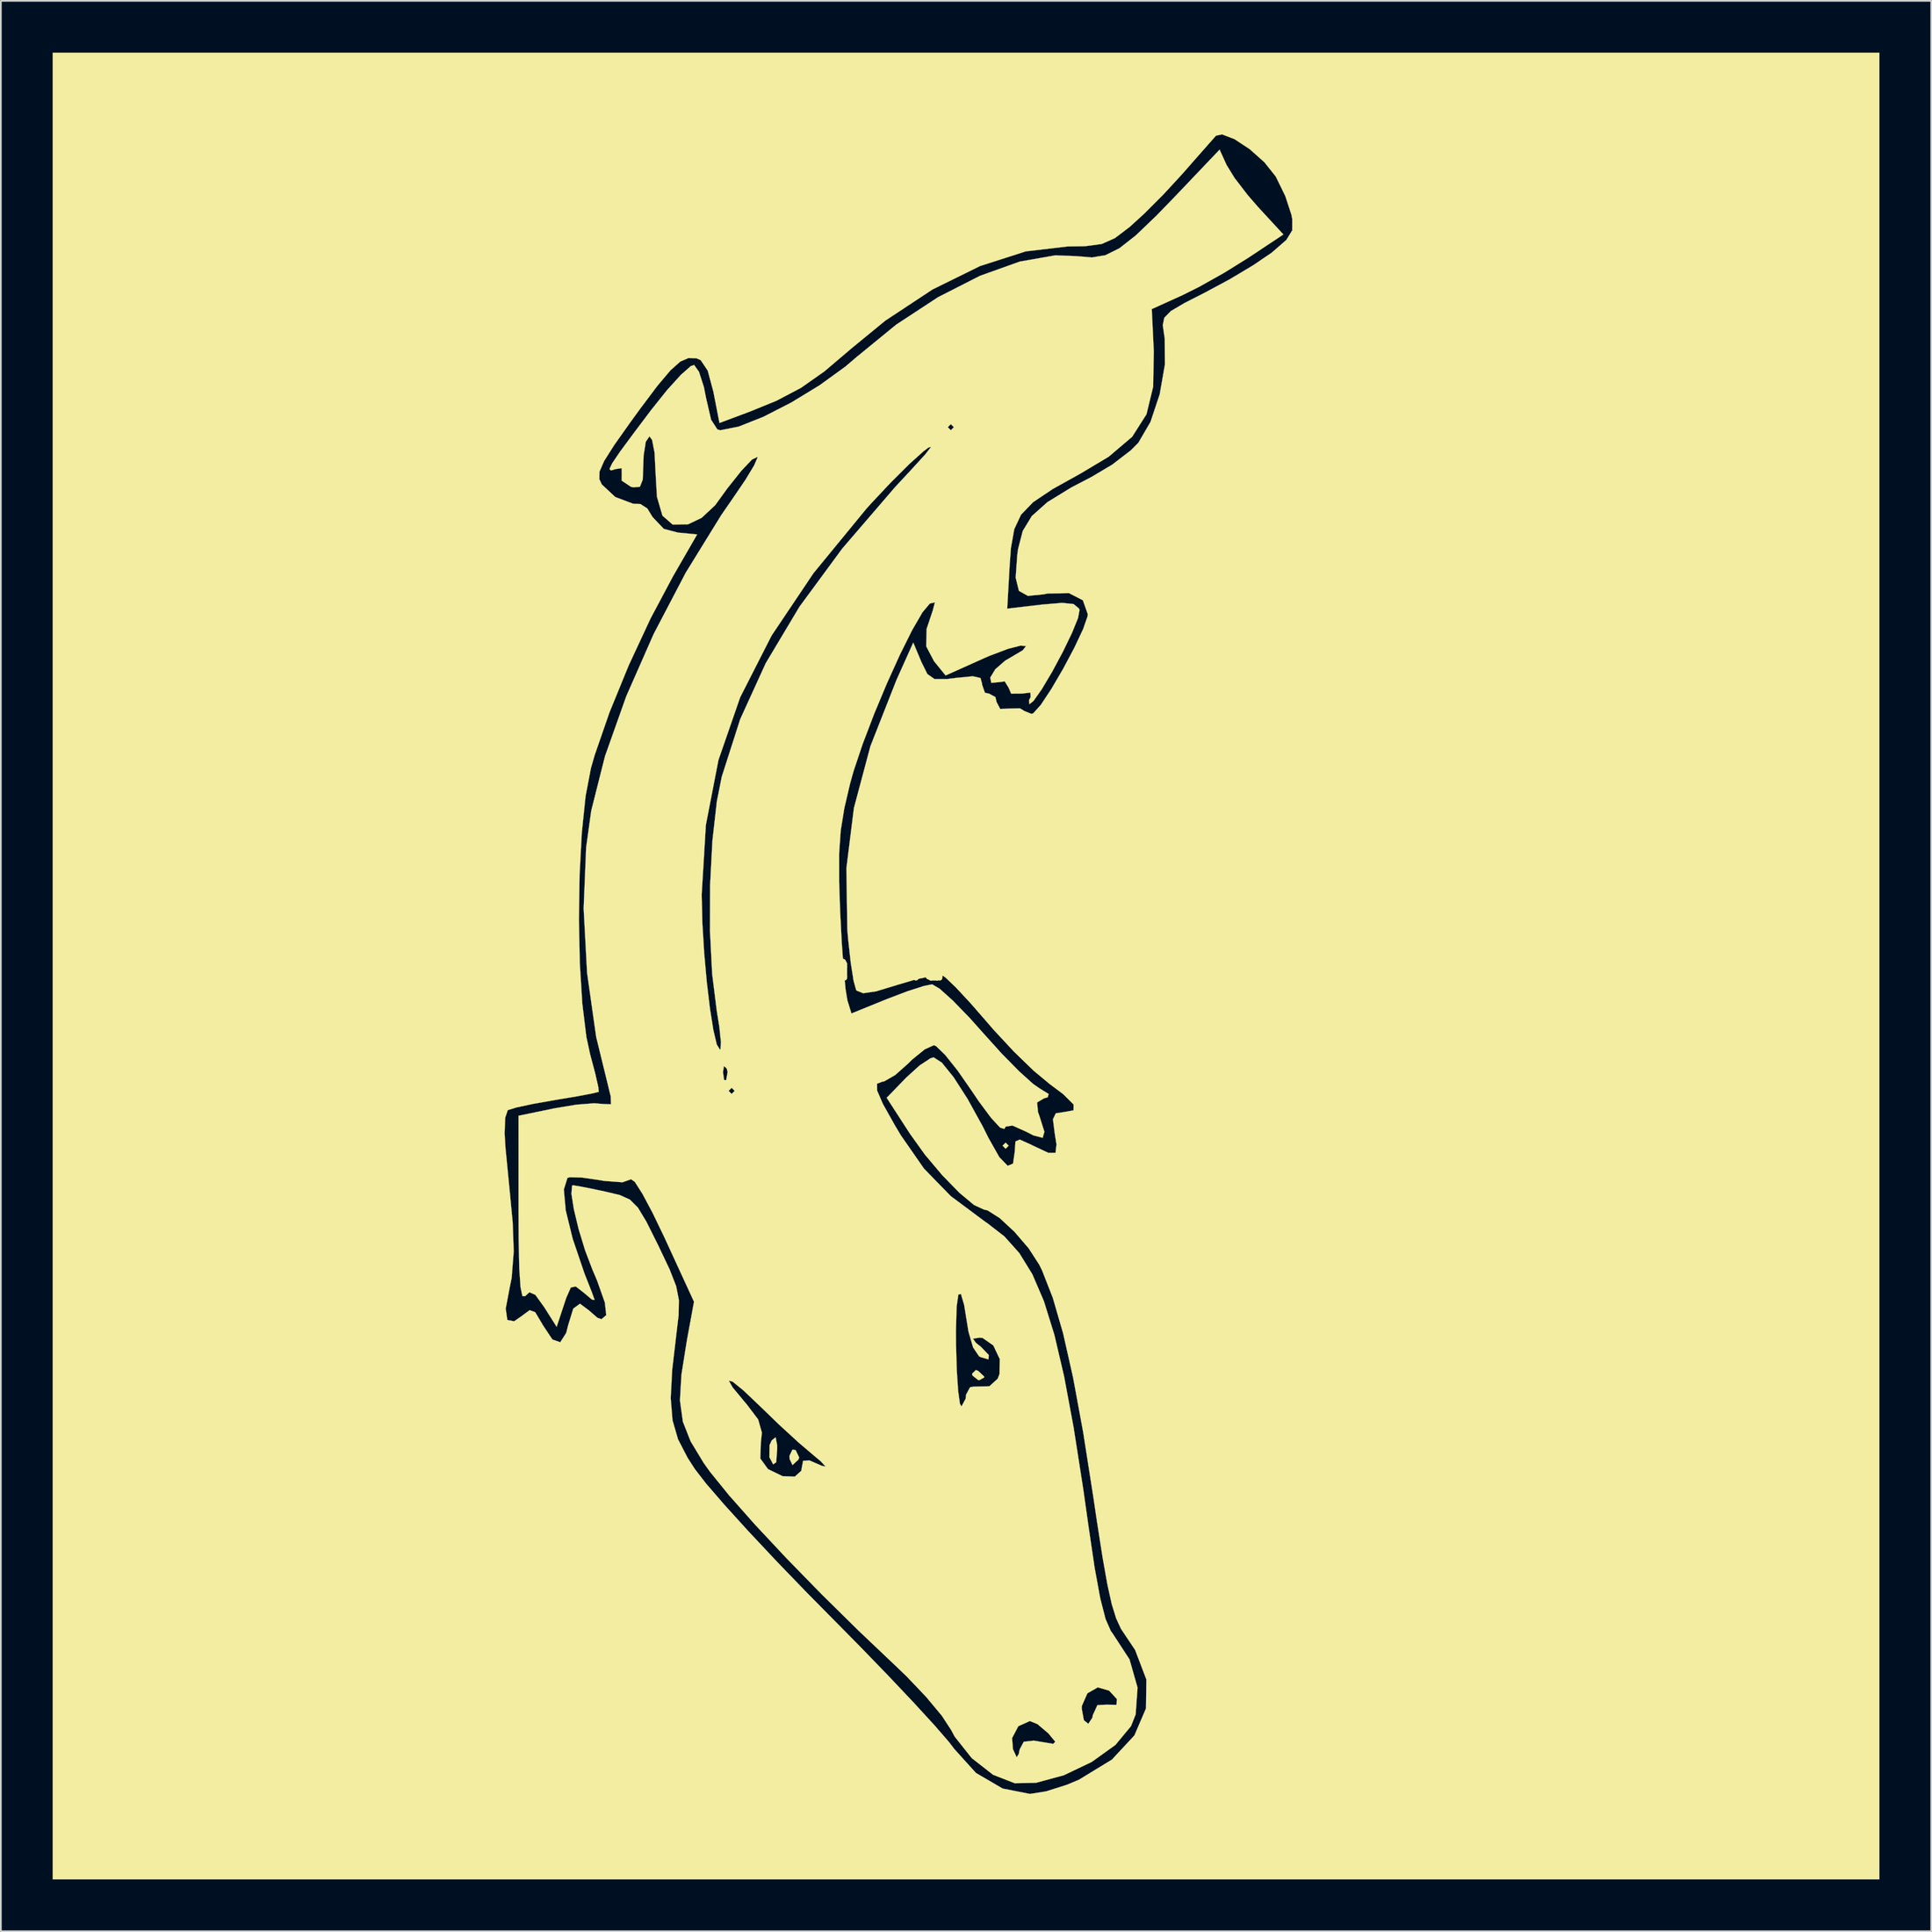
<source format=kicad_pcb>
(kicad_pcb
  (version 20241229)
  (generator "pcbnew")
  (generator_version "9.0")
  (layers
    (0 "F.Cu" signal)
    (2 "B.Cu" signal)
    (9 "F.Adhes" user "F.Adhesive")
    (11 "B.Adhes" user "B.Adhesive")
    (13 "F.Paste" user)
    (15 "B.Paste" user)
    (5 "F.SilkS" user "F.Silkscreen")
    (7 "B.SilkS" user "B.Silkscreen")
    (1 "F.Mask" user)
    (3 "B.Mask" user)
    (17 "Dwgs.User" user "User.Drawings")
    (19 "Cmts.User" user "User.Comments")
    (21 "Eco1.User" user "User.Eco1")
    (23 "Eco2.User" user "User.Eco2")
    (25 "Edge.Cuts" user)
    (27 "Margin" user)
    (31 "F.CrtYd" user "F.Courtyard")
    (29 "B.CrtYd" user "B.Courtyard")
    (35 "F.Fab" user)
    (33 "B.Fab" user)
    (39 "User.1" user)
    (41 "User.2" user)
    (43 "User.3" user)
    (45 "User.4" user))
  (footprint "bananacocodrilo"
    (layer "F.Cu")
    (at 52.922 52.922)
    (property "Reference" "bananacocodrilo" (at 0 0 0) (layer "F.SilkS") (effects (font (size 1.524 1.524) (thickness 0.3))))
    (attr through_hole)
    (fp_poly (pts (xy 2.469 10.407) (xy 2.293 10.583) (xy 2.117 10.407) (xy 2.293 10.231) (xy 2.469 10.407)) (stroke (width 0.01) (type solid)) (fill yes) (layer "F.SilkS"))
    (fp_poly (pts (xy -9.872 28.049) (xy -9.669 28.472) (xy -9.716 28.599) (xy -10.057 28.912) (xy -10.224 28.556) (xy -10.231 28.378) (xy -10.057 28.014) (xy -9.872 28.049)) (stroke (width 0.01) (type solid)) (fill yes) (layer "F.SilkS"))
    (fp_poly (pts (xy -10.945 27.76) (xy -10.942 27.958) (xy -10.999 28.747) (xy -11.174 28.872) (xy -11.395 28.455) (xy -11.385 27.763) (xy -11.262 27.485) (xy -11.034 27.302) (xy -10.945 27.76)) (stroke (width 0.01) (type solid)) (fill yes) (layer "F.SilkS"))
    (fp_poly (pts (xy 0.706 23.46) (xy 1.042 23.777) (xy 1.058 23.833) (xy 0.785 23.985) (xy 0.706 23.989) (xy 0.366 23.718) (xy 0.353 23.615) (xy 0.569 23.405) (xy 0.706 23.46)) (stroke (width 0.01) (type solid)) (fill yes) (layer "F.SilkS"))
    (fp_poly (pts (xy 52.917 52.917) (xy -52.917 52.917) (xy -52.917 9.692) (xy -26.736 9.692) (xy -26.685 10.537) (xy -26.539 12.03) (xy -26.372 13.759) (xy -26.268 14.846) (xy -26.207 16.532) (xy -26.327 18.065) (xy -26.445 18.646) (xy -26.672 19.848) (xy -26.578 20.506) (xy -26.182 20.582) (xy -25.743 20.276) (xy -25.285 19.937) (xy -24.962 20.057) (xy -24.564 20.724) (xy -24.534 20.782) (xy -23.967 21.637) (xy -23.511 21.796) (xy -23.167 21.258) (xy -23.053 20.807) (xy -22.756 19.845) (xy -22.369 19.565) (xy -21.869 19.936) (xy -21.361 20.377) (xy -21.123 20.461) (xy -20.846 20.226) (xy -20.928 19.493) (xy -21.378 18.221) (xy -21.644 17.595) (xy -22.07 16.478) (xy -22.443 15.254) (xy -22.721 14.101) (xy -22.864 13.199) (xy -22.828 12.73) (xy -22.776 12.7) (xy -22.365 12.768) (xy -21.499 12.941) (xy -20.894 13.069) (xy -20.059 13.269) (xy -19.477 13.532) (xy -19.011 13.998) (xy -18.523 14.808) (xy -17.876 16.103) (xy -17.824 16.209) (xy -17.174 17.578) (xy -16.795 18.55) (xy -16.638 19.356) (xy -16.654 20.227) (xy -16.772 21.22) (xy -17.026 23.388) (xy -17.112 25.033) (xy -17.007 26.321) (xy -16.688 27.418) (xy -16.133 28.493) (xy -15.709 29.15) (xy -15.066 29.981) (xy -14.006 31.209) (xy -12.619 32.738) (xy -10.993 34.471) (xy -9.216 36.313) (xy -7.948 37.597) (xy -6.157 39.411) (xy -4.486 41.139) (xy -3.017 42.694) (xy -1.829 43.99) (xy -1.004 44.941) (xy -0.67 45.376) (xy 0.574 46.752) (xy 2.119 47.654) (xy 3.704 47.966) (xy 4.632 47.819) (xy 5.839 47.437) (xy 6.541 47.143) (xy 8.451 45.977) (xy 9.753 44.578) (xy 10.426 43.01) (xy 10.448 41.337) (xy 9.796 39.625) (xy 9.309 38.899) (xy 8.977 38.401) (xy 8.697 37.795) (xy 8.442 36.974) (xy 8.189 35.832) (xy 7.91 34.26) (xy 7.581 32.153) (xy 7.38 30.796) (xy 6.784 26.999) (xy 6.203 23.846) (xy 5.623 21.276) (xy 5.029 19.228) (xy 4.407 17.641) (xy 4.243 17.305) (xy 3.629 16.356) (xy 2.807 15.398) (xy 1.955 14.606) (xy 1.246 14.156) (xy 1.044 14.111) (xy 0.464 13.845) (xy -0.388 13.135) (xy -1.381 12.116) (xy -2.384 10.924) (xy -3.244 9.725) (xy -4.599 7.632) (xy -3.465 6.462) (xy -2.692 5.759) (xy -2.055 5.341) (xy -1.875 5.292) (xy -1.404 5.596) (xy -0.724 6.436) (xy 0.089 7.701) (xy 0.96 9.279) (xy 1.303 9.966) (xy 1.929 11.075) (xy 2.414 11.574) (xy 2.723 11.445) (xy 2.822 10.751) (xy 2.861 10.165) (xy 3.11 10.053) (xy 3.764 10.347) (xy 3.863 10.398) (xy 4.766 10.822) (xy 5.184 10.822) (xy 5.24 10.33) (xy 5.139 9.701) (xy 5.035 8.875) (xy 5.201 8.53) (xy 5.628 8.467) (xy 6.227 8.36) (xy 6.23 8.019) (xy 5.623 7.417) (xy 4.851 6.839) (xy 3.924 6.071) (xy 2.768 4.951) (xy 1.589 3.683) (xy 1.235 3.272) (xy 0.256 2.148) (xy -0.593 1.236) (xy -1.185 0.671) (xy -1.343 0.561) (xy -1.899 0.562) (xy -2.889 0.767) (xy -3.955 1.083) (xy -5.215 1.466) (xy -5.964 1.574) (xy -6.338 1.423) (xy -6.371 1.377) (xy -6.518 0.847) (xy -6.681 -0.197) (xy -6.832 -1.563) (xy -6.879 -2.115) (xy -6.932 -5.667) (xy -6.497 -9.156) (xy -5.542 -12.736) (xy -4.037 -16.561) (xy -4.015 -16.61) (xy -3.059 -18.741) (xy -2.585 -17.613) (xy -2.242 -16.919) (xy -1.83 -16.63) (xy -1.096 -16.63) (xy -0.567 -16.697) (xy 0.395 -16.79) (xy 0.838 -16.687) (xy 0.932 -16.345) (xy 0.929 -16.304) (xy 1.092 -15.836) (xy 1.323 -15.787) (xy 1.702 -15.584) (xy 1.764 -15.305) (xy 1.98 -14.894) (xy 2.469 -14.919) (xy 3.127 -14.932) (xy 3.375 -14.778) (xy 3.797 -14.608) (xy 3.9 -14.652) (xy 4.327 -15.126) (xy 4.938 -16.047) (xy 5.623 -17.218) (xy 6.274 -18.442) (xy 6.783 -19.524) (xy 7.042 -20.266) (xy 7.056 -20.381) (xy 6.767 -21.194) (xy 5.958 -21.608) (xy 4.719 -21.584) (xy 4.486 -21.537) (xy 3.583 -21.447) (xy 3.063 -21.739) (xy 2.875 -22.503) (xy 2.969 -23.828) (xy 3.018 -24.175) (xy 3.285 -25.21) (xy 3.811 -26.074) (xy 4.71 -26.876) (xy 6.092 -27.726) (xy 7.274 -28.342) (xy 8.476 -29.057) (xy 9.55 -29.883) (xy 9.982 -30.318) (xy 10.684 -31.521) (xy 11.22 -33.128) (xy 11.52 -34.841) (xy 11.512 -36.365) (xy 11.484 -36.537) (xy 11.398 -37.133) (xy 11.487 -37.563) (xy 11.868 -37.95) (xy 12.657 -38.416) (xy 13.833 -39.016) (xy 15.265 -39.784) (xy 16.637 -40.604) (xy 17.673 -41.308) (xy 17.745 -41.364) (xy 18.556 -42.067) (xy 18.9 -42.626) (xy 18.9 -43.281) (xy 18.854 -43.524) (xy 18.498 -44.61) (xy 17.958 -45.718) (xy 17.936 -45.755) (xy 17.285 -46.573) (xy 16.431 -47.332) (xy 15.553 -47.911) (xy 14.829 -48.187) (xy 14.482 -48.111) (xy 14.122 -47.706) (xy 13.44 -46.932) (xy 12.578 -45.95) (xy 12.512 -45.875) (xy 11.432 -44.703) (xy 10.299 -43.57) (xy 9.468 -42.815) (xy 8.625 -42.176) (xy 7.862 -41.837) (xy 6.894 -41.707) (xy 5.882 -41.693) (xy 3.456 -41.407) (xy 0.809 -40.557) (xy -1.943 -39.201) (xy -4.681 -37.393) (xy -6.646 -35.781) (xy -8.207 -34.455) (xy -9.567 -33.499) (xy -10.989 -32.751) (xy -12.524 -32.126) (xy -14.287 -31.466) (xy -14.64 -33.281) (xy -14.965 -34.493) (xy -15.371 -35.103) (xy -15.627 -35.216) (xy -16.088 -35.227) (xy -16.558 -35.022) (xy -17.126 -34.516) (xy -17.876 -33.627) (xy -18.896 -32.271) (xy -19.433 -31.531) (xy -20.389 -30.18) (xy -20.971 -29.26) (xy -21.238 -28.645) (xy -21.247 -28.211) (xy -21.109 -27.908) (xy -20.326 -27.177) (xy -19.285 -26.784) (xy -18.868 -26.769) (xy -18.469 -26.513) (xy -18.162 -26.014) (xy -17.512 -25.329) (xy -16.698 -25.115) (xy -15.581 -25.007) (xy -16.977 -22.586) (xy -18.28 -20.137) (xy -19.544 -17.423) (xy -20.66 -14.696) (xy -21.521 -12.209) (xy -21.735 -11.465) (xy -22.044 -9.846) (xy -22.263 -7.727) (xy -22.392 -5.287) (xy -22.431 -2.705) (xy -22.379 -0.16) (xy -22.235 2.167) (xy -22 4.097) (xy -21.784 5.1) (xy -21.489 6.209) (xy -21.309 7.002) (xy -21.279 7.286) (xy -21.643 7.379) (xy -22.518 7.544) (xy -23.721 7.746) (xy -23.795 7.758) (xy -25.056 7.98) (xy -26.045 8.191) (xy -26.55 8.347) (xy -26.553 8.349) (xy -26.7 8.783) (xy -26.736 9.692) (xy -52.917 9.692) (xy -52.917 -52.917) (xy 52.917 -52.917) (xy 52.917 52.917)) (stroke (width 0.01) (type solid)) (fill yes) (layer "F.SilkS"))
    (fp_poly (pts (xy 15.098 -46.406) (xy 15.563 -45.652) (xy 16.328 -44.657) (xy 16.946 -43.948) (xy 18.385 -42.387) (xy 16.336 -41.026) (xy 14.96 -40.17) (xy 13.498 -39.35) (xy 12.524 -38.864) (xy 10.76 -38.064) (xy 10.877 -35.62) (xy 10.841 -33.572) (xy 10.454 -31.97) (xy 9.625 -30.667) (xy 8.265 -29.511) (xy 6.666 -28.555) (xy 5.015 -27.635) (xy 3.892 -26.882) (xy 3.187 -26.155) (xy 2.793 -25.314) (xy 2.599 -24.219) (xy 2.525 -23.204) (xy 2.384 -20.707) (xy 4.376 -20.941) (xy 5.564 -21.042) (xy 6.229 -20.975) (xy 6.539 -20.717) (xy 6.575 -20.639) (xy 6.489 -20.165) (xy 6.132 -19.289) (xy 5.6 -18.19) (xy 4.988 -17.05) (xy 4.393 -16.048) (xy 3.911 -15.365) (xy 3.668 -15.169) (xy 3.648 -15.403) (xy 3.739 -15.578) (xy 3.727 -15.845) (xy 3.23 -15.787) (xy 2.614 -15.782) (xy 2.469 -16.122) (xy 2.241 -16.493) (xy 1.94 -16.453) (xy 1.462 -16.409) (xy 1.402 -16.712) (xy 1.692 -17.195) (xy 2.265 -17.694) (xy 2.502 -17.832) (xy 3.283 -18.294) (xy 3.476 -18.539) (xy 3.167 -18.568) (xy 2.439 -18.382) (xy 1.376 -17.981) (xy 1.002 -17.818) (xy -1.185 -16.837) (xy -1.855 -17.663) (xy -2.307 -18.523) (xy -2.285 -19.535) (xy -1.926 -20.607) (xy -1.805 -21.071) (xy -2.089 -21.007) (xy -2.102 -21) (xy -2.527 -20.493) (xy -3.125 -19.46) (xy -3.831 -18.042) (xy -4.585 -16.378) (xy -5.325 -14.608) (xy -5.988 -12.872) (xy -6.512 -11.311) (xy -6.717 -10.583) (xy -7.054 -9.139) (xy -7.261 -7.857) (xy -7.355 -6.51) (xy -7.354 -4.872) (xy -7.296 -3.175) (xy -7.205 -1.416) (xy -7.096 0.141) (xy -6.983 1.328) (xy -6.877 1.981) (xy -6.874 1.991) (xy -6.64 2.747) (xy -4.562 1.903) (xy -3.392 1.459) (xy -2.438 1.153) (xy -1.967 1.058) (xy -1.533 1.312) (xy -0.77 1.996) (xy 0.201 2.996) (xy 0.951 3.836) (xy 2.05 5.055) (xy 3.077 6.1) (xy 3.89 6.832) (xy 4.233 7.071) (xy 4.786 7.413) (xy 4.732 7.602) (xy 4.515 7.667) (xy 4.118 7.9) (xy 4.166 8.451) (xy 4.251 8.689) (xy 4.538 9.599) (xy 4.441 9.951) (xy 3.904 9.812) (xy 3.484 9.597) (xy 2.69 9.241) (xy 2.298 9.301) (xy 2.22 9.437) (xy 1.974 9.362) (xy 1.449 8.793) (xy 0.738 7.837) (xy 0.33 7.232) (xy -0.488 6.055) (xy -1.212 5.147) (xy -1.732 4.644) (xy -1.867 4.586) (xy -2.391 4.824) (xy -3.122 5.416) (xy -3.351 5.644) (xy -4.103 6.312) (xy -4.736 6.678) (xy -4.866 6.703) (xy -5.157 6.816) (xy -5.153 7.214) (xy -4.821 7.984) (xy -4.131 9.215) (xy -3.782 9.801) (xy -2.437 11.737) (xy -0.883 13.332) (xy 1.116 14.821) (xy 1.235 14.9) (xy 2.226 15.669) (xy 3.088 16.633) (xy 3.842 17.859) (xy 4.51 19.414) (xy 5.117 21.367) (xy 5.683 23.785) (xy 6.232 26.735) (xy 6.787 30.286) (xy 7.094 32.456) (xy 7.45 34.864) (xy 7.775 36.635) (xy 8.083 37.834) (xy 8.387 38.527) (xy 8.465 38.629) (xy 9.471 40.172) (xy 9.936 41.806) (xy 9.826 43.362) (xy 9.556 44.04) (xy 8.653 45.128) (xy 7.279 46.114) (xy 5.666 46.883) (xy 4.049 47.322) (xy 2.822 47.346) (xy 1.568 46.858) (xy 0.33 45.892) (xy -0.589 44.732) (xy 2.666 44.732) (xy 2.718 45.375) (xy 2.933 45.843) (xy 3.052 45.653) (xy 3.109 45.383) (xy 3.343 44.942) (xy 3.925 44.878) (xy 4.323 44.944) (xy 5.047 45.066) (xy 5.17 44.943) (xy 4.784 44.474) (xy 4.765 44.453) (xy 4.138 43.922) (xy 3.693 43.744) (xy 3.029 44.042) (xy 2.666 44.732) (xy -0.589 44.732) (xy -0.659 44.644) (xy -0.868 44.254) (xy -1.401 43.439) (xy -1.747 43.023) (xy 6.703 43.023) (xy 6.825 43.696) (xy 7.083 43.903) (xy 7.317 43.553) (xy 7.349 43.392) (xy 7.612 42.819) (xy 8.143 42.796) (xy 8.718 42.806) (xy 8.737 42.468) (xy 8.29 41.981) (xy 7.633 41.792) (xy 7.03 42.136) (xy 6.712 42.861) (xy 6.703 43.023) (xy -1.747 43.023) (xy -2.311 42.346) (xy -3.441 41.158) (xy -4.004 40.618) (xy -6.212 38.523) (xy -8.378 36.388) (xy -10.411 34.304) (xy -12.224 32.366) (xy -13.729 30.667) (xy -14.837 29.3) (xy -15.195 28.799) (xy -15.957 27.54) (xy -16.408 26.394) (xy -16.576 25.165) (xy -16.509 24.019) (xy -13.748 24.019) (xy -13.522 24.415) (xy -12.812 25.274) (xy -12.718 25.38) (xy -12.044 26.271) (xy -11.83 27.031) (xy -11.89 27.613) (xy -11.919 28.535) (xy -11.484 29.134) (xy -11.453 29.157) (xy -10.63 29.556) (xy -9.92 29.581) (xy -9.542 29.239) (xy -9.525 29.104) (xy -9.442 28.668) (xy -9.082 28.639) (xy -8.355 28.956) (xy -8.138 28.998) (xy -8.427 28.685) (xy -8.819 28.359) (xy -9.714 27.596) (xy -10.845 26.558) (xy -11.906 25.531) (xy -12.902 24.584) (xy -13.529 24.077) (xy -13.748 24.019) (xy -16.509 24.019) (xy -16.487 23.654) (xy -16.171 21.672) (xy -16.062 21.08) (xy -0.586 21.08) (xy -0.582 21.922) (xy -0.537 23.434) (xy -0.458 24.623) (xy -0.356 25.355) (xy -0.265 25.517) (xy -0.024 25.068) (xy 0 24.835) (xy 0.234 24.403) (xy 0.441 24.368) (xy 1.351 24.347) (xy 1.833 23.91) (xy 1.936 23.649) (xy 1.954 22.771) (xy 1.58 21.981) (xy 0.963 21.55) (xy 0.781 21.531) (xy 0.399 21.589) (xy 0.574 21.835) (xy 0.856 22.056) (xy 1.317 22.536) (xy 1.299 22.79) (xy 0.832 22.654) (xy 0.751 22.606) (xy 0.407 22.094) (xy 0.142 21.19) (xy 0.105 20.964) (xy -0.11 19.635) (xy -0.298 18.997) (xy -0.447 19.035) (xy -0.546 19.734) (xy -0.586 21.08) (xy -16.062 21.08) (xy -15.762 19.45) (xy -17.475 15.725) (xy -18.16 14.302) (xy -18.753 13.191) (xy -19.19 12.505) (xy -19.406 12.352) (xy -19.908 12.528) (xy -20.978 12.447) (xy -21.266 12.397) (xy -22.269 12.252) (xy -22.951 12.234) (xy -23.096 12.277) (xy -23.304 12.945) (xy -23.197 14.147) (xy -22.793 15.796) (xy -22.112 17.803) (xy -21.69 18.874) (xy -21.519 19.348) (xy -21.677 19.323) (xy -22.13 18.939) (xy -22.614 18.563) (xy -22.901 18.626) (xy -23.165 19.226) (xy -23.29 19.601) (xy -23.72 20.903) (xy -24.445 19.757) (xy -24.953 19.051) (xy -25.294 18.898) (xy -25.55 19.127) (xy -25.702 19.126) (xy -25.812 18.614) (xy -25.884 17.54) (xy -25.921 15.851) (xy -25.929 14.158) (xy -25.929 8.674) (xy -23.812 8.236) (xy -22.572 8.031) (xy -21.538 7.95) (xy -21.044 7.991) (xy -20.571 8.01) (xy -20.587 7.548) (xy -20.592 7.531) (xy -20.665 7.232) (xy -13.758 7.232) (xy -13.582 7.408) (xy -13.406 7.232) (xy -13.582 7.056) (xy -13.758 7.232) (xy -20.665 7.232) (xy -20.931 6.144) (xy -14.083 6.144) (xy -14.018 6.602) (xy -13.898 6.607) (xy -13.814 6.135) (xy -13.87 5.931) (xy -14.027 5.797) (xy -14.083 6.144) (xy -20.931 6.144) (xy -21.43 4.105) (xy -21.956 0.403) (xy -22.156 -3.335) (xy -22.126 -4.057) (xy -15.316 -4.057) (xy -15.277 -2.471) (xy -15.174 -0.769) (xy -15.023 0.916) (xy -14.84 2.452) (xy -14.641 3.706) (xy -14.443 4.546) (xy -14.262 4.84) (xy -14.23 4.822) (xy -14.201 4.416) (xy -14.293 3.527) (xy -14.446 2.57) (xy -14.71 0.456) (xy -14.837 -2.038) (xy -14.83 -4.687) (xy -14.695 -7.264) (xy -14.437 -9.546) (xy -14.154 -10.969) (xy -13.087 -14.298) (xy -11.603 -17.553) (xy -9.65 -20.821) (xy -7.174 -24.187) (xy -4.123 -27.736) (xy -3.204 -28.726) (xy -2.372 -29.635) (xy -2.028 -30.078) (xy -2.178 -30.044) (xy -2.469 -29.822) (xy -3.29 -29.084) (xy -4.367 -28.01) (xy -5.5 -26.804) (xy -5.776 -26.497) (xy -8.838 -22.766) (xy -11.263 -19.154) (xy -13.086 -15.574) (xy -14.345 -11.941) (xy -15.076 -8.167) (xy -15.316 -4.165) (xy -15.316 -4.057) (xy -22.126 -4.057) (xy -22.011 -6.872) (xy -21.717 -8.996) (xy -20.918 -12.162) (xy -19.686 -15.635) (xy -18.1 -19.237) (xy -16.239 -22.794) (xy -14.184 -26.127) (xy -13.512 -27.1) (xy -12.783 -28.171) (xy -12.278 -29.007) (xy -12.083 -29.461) (xy -12.092 -29.496) (xy -12.401 -29.347) (xy -13.01 -28.706) (xy -13.834 -27.671) (xy -14.537 -26.699) (xy -15.317 -25.971) (xy -16.11 -25.593) (xy -17 -25.579) (xy -17.59 -26.095) (xy -17.909 -27.192) (xy -17.992 -28.642) (xy -18.047 -29.742) (xy -18.19 -30.485) (xy -18.344 -30.692) (xy -18.557 -30.377) (xy -18.682 -29.582) (xy -18.697 -29.137) (xy -18.732 -28.182) (xy -18.896 -27.77) (xy -19.273 -27.737) (xy -19.423 -27.772) (xy -19.951 -28.125) (xy -19.948 -28.484) (xy -19.951 -28.848) (xy -20.299 -28.795) (xy -20.576 -28.714) (xy -20.659 -28.801) (xy -20.499 -29.136) (xy -20.049 -29.8) (xy -19.258 -30.872) (xy -18.25 -32.21) (xy -17.324 -33.369) (xy -16.519 -34.258) (xy -15.947 -34.76) (xy -15.756 -34.827) (xy -15.473 -34.428) (xy -15.192 -33.555) (xy -15.054 -32.867) (xy -14.772 -31.653) (xy -14.411 -31.094) (xy -14.236 -31.044) (xy -13.345 -31.221) (xy -1.058 -31.221) (xy -0.882 -31.044) (xy -0.706 -31.221) (xy -0.882 -31.397) (xy -1.058 -31.221) (xy -13.345 -31.221) (xy -13.176 -31.254) (xy -11.747 -31.821) (xy -10.124 -32.652) (xy -8.482 -33.653) (xy -6.994 -34.73) (xy -6.359 -35.272) (xy -4.045 -37.165) (xy -1.618 -38.756) (xy 0.807 -39.991) (xy 3.111 -40.816) (xy 5.178 -41.179) (xy 6.418 -41.129) (xy 7.288 -41.055) (xy 8.071 -41.184) (xy 8.883 -41.587) (xy 9.837 -42.334) (xy 11.049 -43.495) (xy 12.196 -44.681) (xy 14.69 -47.302) (xy 15.098 -46.406)) (stroke (width 0.01) (type solid)) (fill yes) (layer "F.SilkS")))
  (gr_rect
    (start -3 -3)
    (end 108.843 108.843)
    (stroke (width 0.1) (type default))
    (fill no)
    (layer "Edge.Cuts")))
</source>
